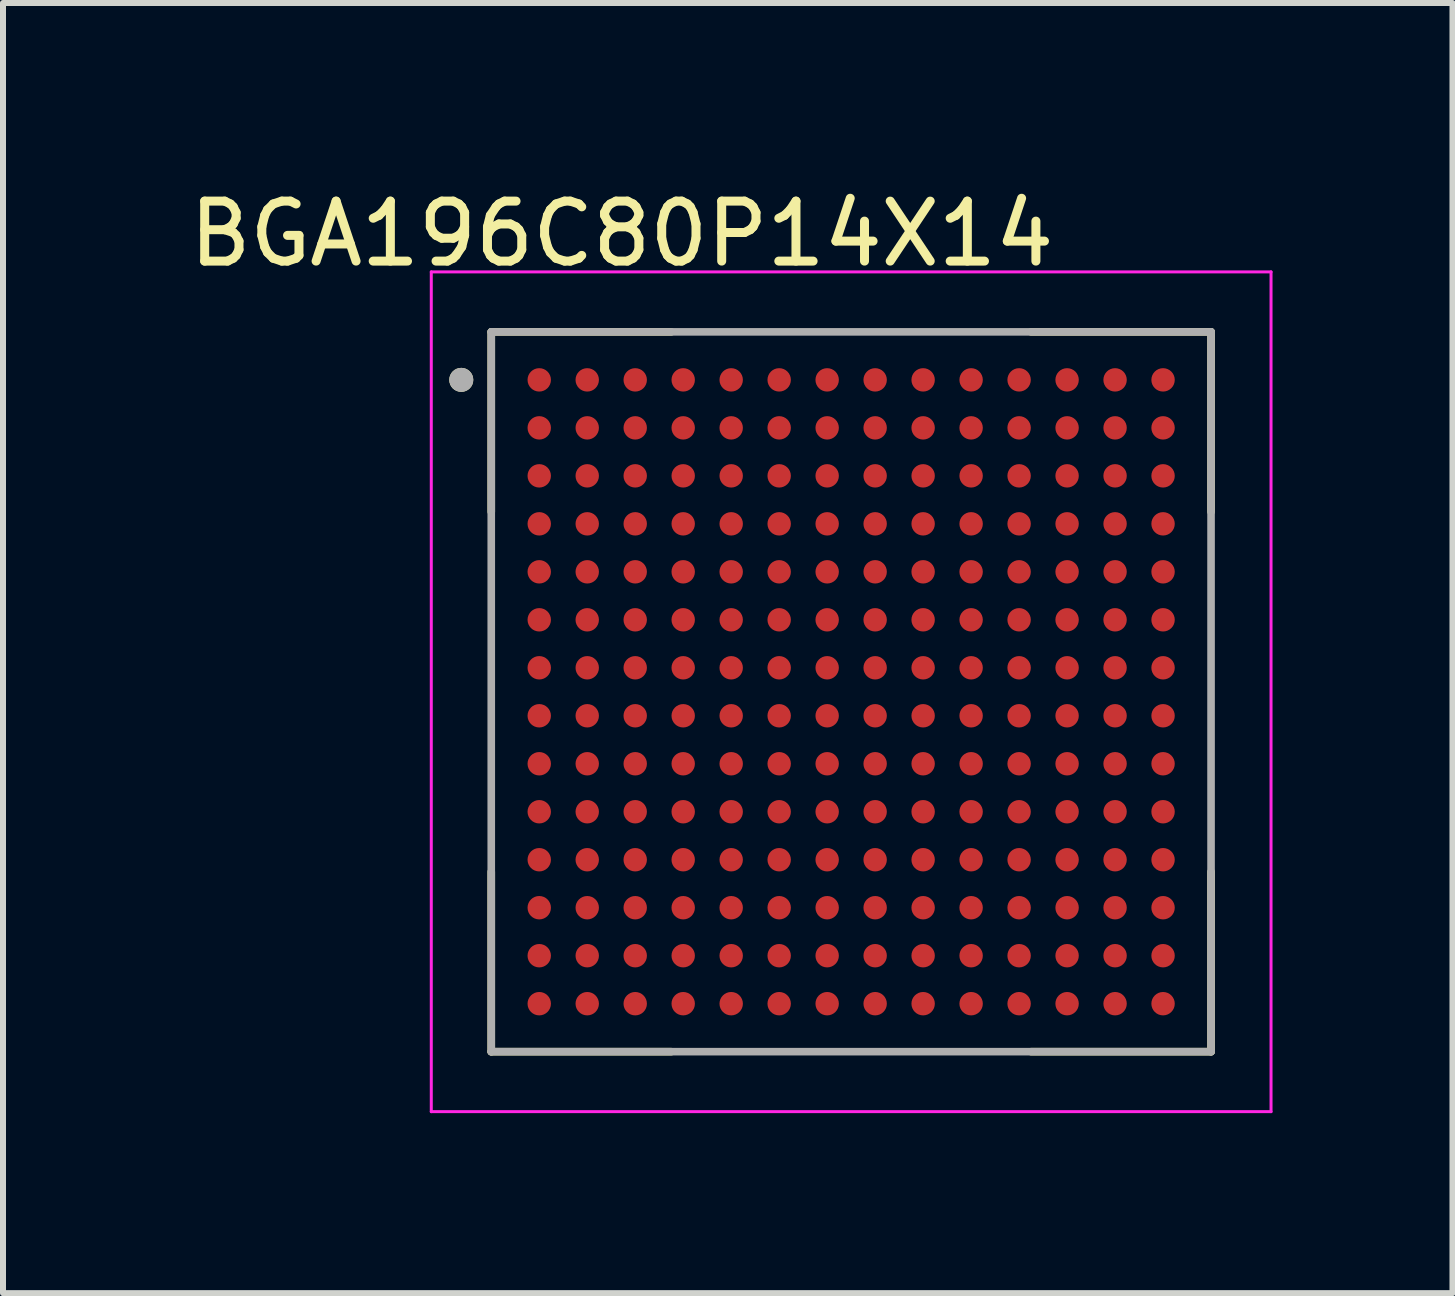
<source format=kicad_pcb>
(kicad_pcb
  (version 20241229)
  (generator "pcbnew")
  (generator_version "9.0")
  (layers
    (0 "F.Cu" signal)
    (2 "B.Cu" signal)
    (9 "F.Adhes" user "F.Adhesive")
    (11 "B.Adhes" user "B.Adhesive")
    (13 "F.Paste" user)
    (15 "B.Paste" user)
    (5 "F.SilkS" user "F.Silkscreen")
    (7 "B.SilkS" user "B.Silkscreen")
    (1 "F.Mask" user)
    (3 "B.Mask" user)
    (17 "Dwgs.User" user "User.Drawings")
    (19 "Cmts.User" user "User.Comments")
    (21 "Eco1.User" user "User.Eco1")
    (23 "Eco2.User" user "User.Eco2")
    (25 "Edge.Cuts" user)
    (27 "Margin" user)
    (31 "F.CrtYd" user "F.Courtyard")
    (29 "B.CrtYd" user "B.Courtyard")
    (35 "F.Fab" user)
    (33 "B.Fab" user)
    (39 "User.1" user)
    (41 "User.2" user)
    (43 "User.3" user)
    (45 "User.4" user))
  (footprint "BGA196C80P14X14"
    (layer "F.Cu")
    (at 11.14 8.483)
    (property "Reference" "BGA196C80P14X14" (at -3.825 -7.635 0) (layer "F.SilkS") (effects (font (size 1 1) (thickness 0.15))))
    (attr smd)
    (fp_line (start -6 -6) (end -6 -3) (stroke (width 0.127) (type solid)) (layer "F.SilkS"))
    (fp_line (start -6 -6) (end -3 -6) (stroke (width 0.127) (type solid)) (layer "F.SilkS"))
    (fp_line (start -6 6) (end -6 3) (stroke (width 0.127) (type solid)) (layer "F.SilkS"))
    (fp_line (start -6 6) (end -3 6) (stroke (width 0.127) (type solid)) (layer "F.SilkS"))
    (fp_line (start 6 -6) (end 3 -6) (stroke (width 0.127) (type solid)) (layer "F.SilkS"))
    (fp_line (start 6 -6) (end 6 -3) (stroke (width 0.127) (type solid)) (layer "F.SilkS"))
    (fp_line (start 6 6) (end 3 6) (stroke (width 0.127) (type solid)) (layer "F.SilkS"))
    (fp_line (start 6 6) (end 6 3) (stroke (width 0.127) (type solid)) (layer "F.SilkS"))
    (fp_circle (center -6.5 -5.2) (end -6.4 -5.2) (stroke (width 0.2) (type solid)) (fill no) (layer "F.SilkS"))
    (fp_line (start -7 -7) (end 7 -7) (stroke (width 0.05) (type solid)) (layer "F.CrtYd"))
    (fp_line (start -7 7) (end -7 -7) (stroke (width 0.05) (type solid)) (layer "F.CrtYd"))
    (fp_line (start -7 7) (end 7 7) (stroke (width 0.05) (type solid)) (layer "F.CrtYd"))
    (fp_line (start 7 7) (end 7 -7) (stroke (width 0.05) (type solid)) (layer "F.CrtYd"))
    (fp_line (start -6 6) (end -6 -6) (stroke (width 0.127) (type solid)) (layer "F.Fab"))
    (fp_line (start 6 -6) (end -6 -6) (stroke (width 0.127) (type solid)) (layer "F.Fab"))
    (fp_line (start 6 6) (end -6 6) (stroke (width 0.127) (type solid)) (layer "F.Fab"))
    (fp_line (start 6 6) (end 6 -6) (stroke (width 0.127) (type solid)) (layer "F.Fab"))
    (fp_circle (center -6.5 -5.2) (end -6.4 -5.2) (stroke (width 0.2) (type solid)) (fill no) (layer "F.Fab"))
    (pad "A1" smd circle (at -5.2 -5.2) (size 0.39 0.39) (layers "F.Cu" "F.Mask" "F.Paste"))
    (pad "A2" smd circle (at -4.4 -5.2) (size 0.39 0.39) (layers "F.Cu" "F.Mask" "F.Paste"))
    (pad "A3" smd circle (at -3.6 -5.2) (size 0.39 0.39) (layers "F.Cu" "F.Mask" "F.Paste"))
    (pad "A4" smd circle (at -2.8 -5.2) (size 0.39 0.39) (layers "F.Cu" "F.Mask" "F.Paste"))
    (pad "A5" smd circle (at -2 -5.2) (size 0.39 0.39) (layers "F.Cu" "F.Mask" "F.Paste"))
    (pad "A6" smd circle (at -1.2 -5.2) (size 0.39 0.39) (layers "F.Cu" "F.Mask" "F.Paste"))
    (pad "A7" smd circle (at -0.4 -5.2) (size 0.39 0.39) (layers "F.Cu" "F.Mask" "F.Paste"))
    (pad "A8" smd circle (at 0.4 -5.2) (size 0.39 0.39) (layers "F.Cu" "F.Mask" "F.Paste"))
    (pad "A9" smd circle (at 1.2 -5.2) (size 0.39 0.39) (layers "F.Cu" "F.Mask" "F.Paste"))
    (pad "A10" smd circle (at 2 -5.2) (size 0.39 0.39) (layers "F.Cu" "F.Mask" "F.Paste"))
    (pad "A11" smd circle (at 2.8 -5.2) (size 0.39 0.39) (layers "F.Cu" "F.Mask" "F.Paste"))
    (pad "A12" smd circle (at 3.6 -5.2) (size 0.39 0.39) (layers "F.Cu" "F.Mask" "F.Paste"))
    (pad "A13" smd circle (at 4.4 -5.2) (size 0.39 0.39) (layers "F.Cu" "F.Mask" "F.Paste"))
    (pad "A14" smd circle (at 5.2 -5.2) (size 0.39 0.39) (layers "F.Cu" "F.Mask" "F.Paste"))
    (pad "B1" smd circle (at -5.2 -4.4) (size 0.39 0.39) (layers "F.Cu" "F.Mask" "F.Paste"))
    (pad "B2" smd circle (at -4.4 -4.4) (size 0.39 0.39) (layers "F.Cu" "F.Mask" "F.Paste"))
    (pad "B3" smd circle (at -3.6 -4.4) (size 0.39 0.39) (layers "F.Cu" "F.Mask" "F.Paste"))
    (pad "B4" smd circle (at -2.8 -4.4) (size 0.39 0.39) (layers "F.Cu" "F.Mask" "F.Paste"))
    (pad "B5" smd circle (at -2 -4.4) (size 0.39 0.39) (layers "F.Cu" "F.Mask" "F.Paste"))
    (pad "B6" smd circle (at -1.2 -4.4) (size 0.39 0.39) (layers "F.Cu" "F.Mask" "F.Paste"))
    (pad "B7" smd circle (at -0.4 -4.4) (size 0.39 0.39) (layers "F.Cu" "F.Mask" "F.Paste"))
    (pad "B8" smd circle (at 0.4 -4.4) (size 0.39 0.39) (layers "F.Cu" "F.Mask" "F.Paste"))
    (pad "B9" smd circle (at 1.2 -4.4) (size 0.39 0.39) (layers "F.Cu" "F.Mask" "F.Paste"))
    (pad "B10" smd circle (at 2 -4.4) (size 0.39 0.39) (layers "F.Cu" "F.Mask" "F.Paste"))
    (pad "B11" smd circle (at 2.8 -4.4) (size 0.39 0.39) (layers "F.Cu" "F.Mask" "F.Paste"))
    (pad "B12" smd circle (at 3.6 -4.4) (size 0.39 0.39) (layers "F.Cu" "F.Mask" "F.Paste"))
    (pad "B13" smd circle (at 4.4 -4.4) (size 0.39 0.39) (layers "F.Cu" "F.Mask" "F.Paste"))
    (pad "B14" smd circle (at 5.2 -4.4) (size 0.39 0.39) (layers "F.Cu" "F.Mask" "F.Paste"))
    (pad "C1" smd circle (at -5.2 -3.6) (size 0.39 0.39) (layers "F.Cu" "F.Mask" "F.Paste"))
    (pad "C2" smd circle (at -4.4 -3.6) (size 0.39 0.39) (layers "F.Cu" "F.Mask" "F.Paste"))
    (pad "C3" smd circle (at -3.6 -3.6) (size 0.39 0.39) (layers "F.Cu" "F.Mask" "F.Paste"))
    (pad "C4" smd circle (at -2.8 -3.6) (size 0.39 0.39) (layers "F.Cu" "F.Mask" "F.Paste"))
    (pad "C5" smd circle (at -2 -3.6) (size 0.39 0.39) (layers "F.Cu" "F.Mask" "F.Paste"))
    (pad "C6" smd circle (at -1.2 -3.6) (size 0.39 0.39) (layers "F.Cu" "F.Mask" "F.Paste"))
    (pad "C7" smd circle (at -0.4 -3.6) (size 0.39 0.39) (layers "F.Cu" "F.Mask" "F.Paste"))
    (pad "C8" smd circle (at 0.4 -3.6) (size 0.39 0.39) (layers "F.Cu" "F.Mask" "F.Paste"))
    (pad "C9" smd circle (at 1.2 -3.6) (size 0.39 0.39) (layers "F.Cu" "F.Mask" "F.Paste"))
    (pad "C10" smd circle (at 2 -3.6) (size 0.39 0.39) (layers "F.Cu" "F.Mask" "F.Paste"))
    (pad "C11" smd circle (at 2.8 -3.6) (size 0.39 0.39) (layers "F.Cu" "F.Mask" "F.Paste"))
    (pad "C12" smd circle (at 3.6 -3.6) (size 0.39 0.39) (layers "F.Cu" "F.Mask" "F.Paste"))
    (pad "C13" smd circle (at 4.4 -3.6) (size 0.39 0.39) (layers "F.Cu" "F.Mask" "F.Paste"))
    (pad "C14" smd circle (at 5.2 -3.6) (size 0.39 0.39) (layers "F.Cu" "F.Mask" "F.Paste"))
    (pad "D1" smd circle (at -5.2 -2.8) (size 0.39 0.39) (layers "F.Cu" "F.Mask" "F.Paste"))
    (pad "D2" smd circle (at -4.4 -2.8) (size 0.39 0.39) (layers "F.Cu" "F.Mask" "F.Paste"))
    (pad "D3" smd circle (at -3.6 -2.8) (size 0.39 0.39) (layers "F.Cu" "F.Mask" "F.Paste"))
    (pad "D4" smd circle (at -2.8 -2.8) (size 0.39 0.39) (layers "F.Cu" "F.Mask" "F.Paste"))
    (pad "D5" smd circle (at -2 -2.8) (size 0.39 0.39) (layers "F.Cu" "F.Mask" "F.Paste"))
    (pad "D6" smd circle (at -1.2 -2.8) (size 0.39 0.39) (layers "F.Cu" "F.Mask" "F.Paste"))
    (pad "D7" smd circle (at -0.4 -2.8) (size 0.39 0.39) (layers "F.Cu" "F.Mask" "F.Paste"))
    (pad "D8" smd circle (at 0.4 -2.8) (size 0.39 0.39) (layers "F.Cu" "F.Mask" "F.Paste"))
    (pad "D9" smd circle (at 1.2 -2.8) (size 0.39 0.39) (layers "F.Cu" "F.Mask" "F.Paste"))
    (pad "D10" smd circle (at 2 -2.8) (size 0.39 0.39) (layers "F.Cu" "F.Mask" "F.Paste"))
    (pad "D11" smd circle (at 2.8 -2.8) (size 0.39 0.39) (layers "F.Cu" "F.Mask" "F.Paste"))
    (pad "D12" smd circle (at 3.6 -2.8) (size 0.39 0.39) (layers "F.Cu" "F.Mask" "F.Paste"))
    (pad "D13" smd circle (at 4.4 -2.8) (size 0.39 0.39) (layers "F.Cu" "F.Mask" "F.Paste"))
    (pad "D14" smd circle (at 5.2 -2.8) (size 0.39 0.39) (layers "F.Cu" "F.Mask" "F.Paste"))
    (pad "E1" smd circle (at -5.2 -2) (size 0.39 0.39) (layers "F.Cu" "F.Mask" "F.Paste"))
    (pad "E2" smd circle (at -4.4 -2) (size 0.39 0.39) (layers "F.Cu" "F.Mask" "F.Paste"))
    (pad "E3" smd circle (at -3.6 -2) (size 0.39 0.39) (layers "F.Cu" "F.Mask" "F.Paste"))
    (pad "E4" smd circle (at -2.8 -2) (size 0.39 0.39) (layers "F.Cu" "F.Mask" "F.Paste"))
    (pad "E5" smd circle (at -2 -2) (size 0.39 0.39) (layers "F.Cu" "F.Mask" "F.Paste"))
    (pad "E6" smd circle (at -1.2 -2) (size 0.39 0.39) (layers "F.Cu" "F.Mask" "F.Paste"))
    (pad "E7" smd circle (at -0.4 -2) (size 0.39 0.39) (layers "F.Cu" "F.Mask" "F.Paste"))
    (pad "E8" smd circle (at 0.4 -2) (size 0.39 0.39) (layers "F.Cu" "F.Mask" "F.Paste"))
    (pad "E9" smd circle (at 1.2 -2) (size 0.39 0.39) (layers "F.Cu" "F.Mask" "F.Paste"))
    (pad "E10" smd circle (at 2 -2) (size 0.39 0.39) (layers "F.Cu" "F.Mask" "F.Paste"))
    (pad "E11" smd circle (at 2.8 -2) (size 0.39 0.39) (layers "F.Cu" "F.Mask" "F.Paste"))
    (pad "E12" smd circle (at 3.6 -2) (size 0.39 0.39) (layers "F.Cu" "F.Mask" "F.Paste"))
    (pad "E13" smd circle (at 4.4 -2) (size 0.39 0.39) (layers "F.Cu" "F.Mask" "F.Paste"))
    (pad "E14" smd circle (at 5.2 -2) (size 0.39 0.39) (layers "F.Cu" "F.Mask" "F.Paste"))
    (pad "F1" smd circle (at -5.2 -1.2) (size 0.39 0.39) (layers "F.Cu" "F.Mask" "F.Paste"))
    (pad "F2" smd circle (at -4.4 -1.2) (size 0.39 0.39) (layers "F.Cu" "F.Mask" "F.Paste"))
    (pad "F3" smd circle (at -3.6 -1.2) (size 0.39 0.39) (layers "F.Cu" "F.Mask" "F.Paste"))
    (pad "F4" smd circle (at -2.8 -1.2) (size 0.39 0.39) (layers "F.Cu" "F.Mask" "F.Paste"))
    (pad "F5" smd circle (at -2 -1.2) (size 0.39 0.39) (layers "F.Cu" "F.Mask" "F.Paste"))
    (pad "F6" smd circle (at -1.2 -1.2) (size 0.39 0.39) (layers "F.Cu" "F.Mask" "F.Paste"))
    (pad "F7" smd circle (at -0.4 -1.2) (size 0.39 0.39) (layers "F.Cu" "F.Mask" "F.Paste"))
    (pad "F8" smd circle (at 0.4 -1.2) (size 0.39 0.39) (layers "F.Cu" "F.Mask" "F.Paste"))
    (pad "F9" smd circle (at 1.2 -1.2) (size 0.39 0.39) (layers "F.Cu" "F.Mask" "F.Paste"))
    (pad "F10" smd circle (at 2 -1.2) (size 0.39 0.39) (layers "F.Cu" "F.Mask" "F.Paste"))
    (pad "F11" smd circle (at 2.8 -1.2) (size 0.39 0.39) (layers "F.Cu" "F.Mask" "F.Paste"))
    (pad "F12" smd circle (at 3.6 -1.2) (size 0.39 0.39) (layers "F.Cu" "F.Mask" "F.Paste"))
    (pad "F13" smd circle (at 4.4 -1.2) (size 0.39 0.39) (layers "F.Cu" "F.Mask" "F.Paste"))
    (pad "F14" smd circle (at 5.2 -1.2) (size 0.39 0.39) (layers "F.Cu" "F.Mask" "F.Paste"))
    (pad "G1" smd circle (at -5.2 -0.4) (size 0.39 0.39) (layers "F.Cu" "F.Mask" "F.Paste"))
    (pad "G2" smd circle (at -4.4 -0.4) (size 0.39 0.39) (layers "F.Cu" "F.Mask" "F.Paste"))
    (pad "G3" smd circle (at -3.6 -0.4) (size 0.39 0.39) (layers "F.Cu" "F.Mask" "F.Paste"))
    (pad "G4" smd circle (at -2.8 -0.4) (size 0.39 0.39) (layers "F.Cu" "F.Mask" "F.Paste"))
    (pad "G5" smd circle (at -2 -0.4) (size 0.39 0.39) (layers "F.Cu" "F.Mask" "F.Paste"))
    (pad "G6" smd circle (at -1.2 -0.4) (size 0.39 0.39) (layers "F.Cu" "F.Mask" "F.Paste"))
    (pad "G7" smd circle (at -0.4 -0.4) (size 0.39 0.39) (layers "F.Cu" "F.Mask" "F.Paste"))
    (pad "G8" smd circle (at 0.4 -0.4) (size 0.39 0.39) (layers "F.Cu" "F.Mask" "F.Paste"))
    (pad "G9" smd circle (at 1.2 -0.4) (size 0.39 0.39) (layers "F.Cu" "F.Mask" "F.Paste"))
    (pad "G10" smd circle (at 2 -0.4) (size 0.39 0.39) (layers "F.Cu" "F.Mask" "F.Paste"))
    (pad "G11" smd circle (at 2.8 -0.4) (size 0.39 0.39) (layers "F.Cu" "F.Mask" "F.Paste"))
    (pad "G12" smd circle (at 3.6 -0.4) (size 0.39 0.39) (layers "F.Cu" "F.Mask" "F.Paste"))
    (pad "G13" smd circle (at 4.4 -0.4) (size 0.39 0.39) (layers "F.Cu" "F.Mask" "F.Paste"))
    (pad "G14" smd circle (at 5.2 -0.4) (size 0.39 0.39) (layers "F.Cu" "F.Mask" "F.Paste"))
    (pad "H1" smd circle (at -5.2 0.4) (size 0.39 0.39) (layers "F.Cu" "F.Mask" "F.Paste"))
    (pad "H2" smd circle (at -4.4 0.4) (size 0.39 0.39) (layers "F.Cu" "F.Mask" "F.Paste"))
    (pad "H3" smd circle (at -3.6 0.4) (size 0.39 0.39) (layers "F.Cu" "F.Mask" "F.Paste"))
    (pad "H4" smd circle (at -2.8 0.4) (size 0.39 0.39) (layers "F.Cu" "F.Mask" "F.Paste"))
    (pad "H5" smd circle (at -2 0.4) (size 0.39 0.39) (layers "F.Cu" "F.Mask" "F.Paste"))
    (pad "H6" smd circle (at -1.2 0.4) (size 0.39 0.39) (layers "F.Cu" "F.Mask" "F.Paste"))
    (pad "H7" smd circle (at -0.4 0.4) (size 0.39 0.39) (layers "F.Cu" "F.Mask" "F.Paste"))
    (pad "H8" smd circle (at 0.4 0.4) (size 0.39 0.39) (layers "F.Cu" "F.Mask" "F.Paste"))
    (pad "H9" smd circle (at 1.2 0.4) (size 0.39 0.39) (layers "F.Cu" "F.Mask" "F.Paste"))
    (pad "H10" smd circle (at 2 0.4) (size 0.39 0.39) (layers "F.Cu" "F.Mask" "F.Paste"))
    (pad "H11" smd circle (at 2.8 0.4) (size 0.39 0.39) (layers "F.Cu" "F.Mask" "F.Paste"))
    (pad "H12" smd circle (at 3.6 0.4) (size 0.39 0.39) (layers "F.Cu" "F.Mask" "F.Paste"))
    (pad "H13" smd circle (at 4.4 0.4) (size 0.39 0.39) (layers "F.Cu" "F.Mask" "F.Paste"))
    (pad "H14" smd circle (at 5.2 0.4) (size 0.39 0.39) (layers "F.Cu" "F.Mask" "F.Paste"))
    (pad "J1" smd circle (at -5.2 1.2) (size 0.39 0.39) (layers "F.Cu" "F.Mask" "F.Paste"))
    (pad "J2" smd circle (at -4.4 1.2) (size 0.39 0.39) (layers "F.Cu" "F.Mask" "F.Paste"))
    (pad "J3" smd circle (at -3.6 1.2) (size 0.39 0.39) (layers "F.Cu" "F.Mask" "F.Paste"))
    (pad "J4" smd circle (at -2.8 1.2) (size 0.39 0.39) (layers "F.Cu" "F.Mask" "F.Paste"))
    (pad "J5" smd circle (at -2 1.2) (size 0.39 0.39) (layers "F.Cu" "F.Mask" "F.Paste"))
    (pad "J6" smd circle (at -1.2 1.2) (size 0.39 0.39) (layers "F.Cu" "F.Mask" "F.Paste"))
    (pad "J7" smd circle (at -0.4 1.2) (size 0.39 0.39) (layers "F.Cu" "F.Mask" "F.Paste"))
    (pad "J8" smd circle (at 0.4 1.2) (size 0.39 0.39) (layers "F.Cu" "F.Mask" "F.Paste"))
    (pad "J9" smd circle (at 1.2 1.2) (size 0.39 0.39) (layers "F.Cu" "F.Mask" "F.Paste"))
    (pad "J10" smd circle (at 2 1.2) (size 0.39 0.39) (layers "F.Cu" "F.Mask" "F.Paste"))
    (pad "J11" smd circle (at 2.8 1.2) (size 0.39 0.39) (layers "F.Cu" "F.Mask" "F.Paste"))
    (pad "J12" smd circle (at 3.6 1.2) (size 0.39 0.39) (layers "F.Cu" "F.Mask" "F.Paste"))
    (pad "J13" smd circle (at 4.4 1.2) (size 0.39 0.39) (layers "F.Cu" "F.Mask" "F.Paste"))
    (pad "J14" smd circle (at 5.2 1.2) (size 0.39 0.39) (layers "F.Cu" "F.Mask" "F.Paste"))
    (pad "K1" smd circle (at -5.2 2) (size 0.39 0.39) (layers "F.Cu" "F.Mask" "F.Paste"))
    (pad "K2" smd circle (at -4.4 2) (size 0.39 0.39) (layers "F.Cu" "F.Mask" "F.Paste"))
    (pad "K3" smd circle (at -3.6 2) (size 0.39 0.39) (layers "F.Cu" "F.Mask" "F.Paste"))
    (pad "K4" smd circle (at -2.8 2) (size 0.39 0.39) (layers "F.Cu" "F.Mask" "F.Paste"))
    (pad "K5" smd circle (at -2 2) (size 0.39 0.39) (layers "F.Cu" "F.Mask" "F.Paste"))
    (pad "K6" smd circle (at -1.2 2) (size 0.39 0.39) (layers "F.Cu" "F.Mask" "F.Paste"))
    (pad "K7" smd circle (at -0.4 2) (size 0.39 0.39) (layers "F.Cu" "F.Mask" "F.Paste"))
    (pad "K8" smd circle (at 0.4 2) (size 0.39 0.39) (layers "F.Cu" "F.Mask" "F.Paste"))
    (pad "K9" smd circle (at 1.2 2) (size 0.39 0.39) (layers "F.Cu" "F.Mask" "F.Paste"))
    (pad "K10" smd circle (at 2 2) (size 0.39 0.39) (layers "F.Cu" "F.Mask" "F.Paste"))
    (pad "K11" smd circle (at 2.8 2) (size 0.39 0.39) (layers "F.Cu" "F.Mask" "F.Paste"))
    (pad "K12" smd circle (at 3.6 2) (size 0.39 0.39) (layers "F.Cu" "F.Mask" "F.Paste"))
    (pad "K13" smd circle (at 4.4 2) (size 0.39 0.39) (layers "F.Cu" "F.Mask" "F.Paste"))
    (pad "K14" smd circle (at 5.2 2) (size 0.39 0.39) (layers "F.Cu" "F.Mask" "F.Paste"))
    (pad "L1" smd circle (at -5.2 2.8) (size 0.39 0.39) (layers "F.Cu" "F.Mask" "F.Paste"))
    (pad "L2" smd circle (at -4.4 2.8) (size 0.39 0.39) (layers "F.Cu" "F.Mask" "F.Paste"))
    (pad "L3" smd circle (at -3.6 2.8) (size 0.39 0.39) (layers "F.Cu" "F.Mask" "F.Paste"))
    (pad "L4" smd circle (at -2.8 2.8) (size 0.39 0.39) (layers "F.Cu" "F.Mask" "F.Paste"))
    (pad "L5" smd circle (at -2 2.8) (size 0.39 0.39) (layers "F.Cu" "F.Mask" "F.Paste"))
    (pad "L6" smd circle (at -1.2 2.8) (size 0.39 0.39) (layers "F.Cu" "F.Mask" "F.Paste"))
    (pad "L7" smd circle (at -0.4 2.8) (size 0.39 0.39) (layers "F.Cu" "F.Mask" "F.Paste"))
    (pad "L8" smd circle (at 0.4 2.8) (size 0.39 0.39) (layers "F.Cu" "F.Mask" "F.Paste"))
    (pad "L9" smd circle (at 1.2 2.8) (size 0.39 0.39) (layers "F.Cu" "F.Mask" "F.Paste"))
    (pad "L10" smd circle (at 2 2.8) (size 0.39 0.39) (layers "F.Cu" "F.Mask" "F.Paste"))
    (pad "L11" smd circle (at 2.8 2.8) (size 0.39 0.39) (layers "F.Cu" "F.Mask" "F.Paste"))
    (pad "L12" smd circle (at 3.6 2.8) (size 0.39 0.39) (layers "F.Cu" "F.Mask" "F.Paste"))
    (pad "L13" smd circle (at 4.4 2.8) (size 0.39 0.39) (layers "F.Cu" "F.Mask" "F.Paste"))
    (pad "L14" smd circle (at 5.2 2.8) (size 0.39 0.39) (layers "F.Cu" "F.Mask" "F.Paste"))
    (pad "M1" smd circle (at -5.2 3.6) (size 0.39 0.39) (layers "F.Cu" "F.Mask" "F.Paste"))
    (pad "M2" smd circle (at -4.4 3.6) (size 0.39 0.39) (layers "F.Cu" "F.Mask" "F.Paste"))
    (pad "M3" smd circle (at -3.6 3.6) (size 0.39 0.39) (layers "F.Cu" "F.Mask" "F.Paste"))
    (pad "M4" smd circle (at -2.8 3.6) (size 0.39 0.39) (layers "F.Cu" "F.Mask" "F.Paste"))
    (pad "M5" smd circle (at -2 3.6) (size 0.39 0.39) (layers "F.Cu" "F.Mask" "F.Paste"))
    (pad "M6" smd circle (at -1.2 3.6) (size 0.39 0.39) (layers "F.Cu" "F.Mask" "F.Paste"))
    (pad "M7" smd circle (at -0.4 3.6) (size 0.39 0.39) (layers "F.Cu" "F.Mask" "F.Paste"))
    (pad "M8" smd circle (at 0.4 3.6) (size 0.39 0.39) (layers "F.Cu" "F.Mask" "F.Paste"))
    (pad "M9" smd circle (at 1.2 3.6) (size 0.39 0.39) (layers "F.Cu" "F.Mask" "F.Paste"))
    (pad "M10" smd circle (at 2 3.6) (size 0.39 0.39) (layers "F.Cu" "F.Mask" "F.Paste"))
    (pad "M11" smd circle (at 2.8 3.6) (size 0.39 0.39) (layers "F.Cu" "F.Mask" "F.Paste"))
    (pad "M12" smd circle (at 3.6 3.6) (size 0.39 0.39) (layers "F.Cu" "F.Mask" "F.Paste"))
    (pad "M13" smd circle (at 4.4 3.6) (size 0.39 0.39) (layers "F.Cu" "F.Mask" "F.Paste"))
    (pad "M14" smd circle (at 5.2 3.6) (size 0.39 0.39) (layers "F.Cu" "F.Mask" "F.Paste"))
    (pad "N1" smd circle (at -5.2 4.4) (size 0.39 0.39) (layers "F.Cu" "F.Mask" "F.Paste"))
    (pad "N2" smd circle (at -4.4 4.4) (size 0.39 0.39) (layers "F.Cu" "F.Mask" "F.Paste"))
    (pad "N3" smd circle (at -3.6 4.4) (size 0.39 0.39) (layers "F.Cu" "F.Mask" "F.Paste"))
    (pad "N4" smd circle (at -2.8 4.4) (size 0.39 0.39) (layers "F.Cu" "F.Mask" "F.Paste"))
    (pad "N5" smd circle (at -2 4.4) (size 0.39 0.39) (layers "F.Cu" "F.Mask" "F.Paste"))
    (pad "N6" smd circle (at -1.2 4.4) (size 0.39 0.39) (layers "F.Cu" "F.Mask" "F.Paste"))
    (pad "N7" smd circle (at -0.4 4.4) (size 0.39 0.39) (layers "F.Cu" "F.Mask" "F.Paste"))
    (pad "N8" smd circle (at 0.4 4.4) (size 0.39 0.39) (layers "F.Cu" "F.Mask" "F.Paste"))
    (pad "N9" smd circle (at 1.2 4.4) (size 0.39 0.39) (layers "F.Cu" "F.Mask" "F.Paste"))
    (pad "N10" smd circle (at 2 4.4) (size 0.39 0.39) (layers "F.Cu" "F.Mask" "F.Paste"))
    (pad "N11" smd circle (at 2.8 4.4) (size 0.39 0.39) (layers "F.Cu" "F.Mask" "F.Paste"))
    (pad "N12" smd circle (at 3.6 4.4) (size 0.39 0.39) (layers "F.Cu" "F.Mask" "F.Paste"))
    (pad "N13" smd circle (at 4.4 4.4) (size 0.39 0.39) (layers "F.Cu" "F.Mask" "F.Paste"))
    (pad "N14" smd circle (at 5.2 4.4) (size 0.39 0.39) (layers "F.Cu" "F.Mask" "F.Paste"))
    (pad "P1" smd circle (at -5.2 5.2) (size 0.39 0.39) (layers "F.Cu" "F.Mask" "F.Paste"))
    (pad "P2" smd circle (at -4.4 5.2) (size 0.39 0.39) (layers "F.Cu" "F.Mask" "F.Paste"))
    (pad "P3" smd circle (at -3.6 5.2) (size 0.39 0.39) (layers "F.Cu" "F.Mask" "F.Paste"))
    (pad "P4" smd circle (at -2.8 5.2) (size 0.39 0.39) (layers "F.Cu" "F.Mask" "F.Paste"))
    (pad "P5" smd circle (at -2 5.2) (size 0.39 0.39) (layers "F.Cu" "F.Mask" "F.Paste"))
    (pad "P6" smd circle (at -1.2 5.2) (size 0.39 0.39) (layers "F.Cu" "F.Mask" "F.Paste"))
    (pad "P7" smd circle (at -0.4 5.2) (size 0.39 0.39) (layers "F.Cu" "F.Mask" "F.Paste"))
    (pad "P8" smd circle (at 0.4 5.2) (size 0.39 0.39) (layers "F.Cu" "F.Mask" "F.Paste"))
    (pad "P9" smd circle (at 1.2 5.2) (size 0.39 0.39) (layers "F.Cu" "F.Mask" "F.Paste"))
    (pad "P10" smd circle (at 2 5.2) (size 0.39 0.39) (layers "F.Cu" "F.Mask" "F.Paste"))
    (pad "P11" smd circle (at 2.8 5.2) (size 0.39 0.39) (layers "F.Cu" "F.Mask" "F.Paste"))
    (pad "P12" smd circle (at 3.6 5.2) (size 0.39 0.39) (layers "F.Cu" "F.Mask" "F.Paste"))
    (pad "P13" smd circle (at 4.4 5.2) (size 0.39 0.39) (layers "F.Cu" "F.Mask" "F.Paste"))
    (pad "P14" smd circle (at 5.2 5.2) (size 0.39 0.39) (layers "F.Cu" "F.Mask" "F.Paste")))
  (gr_rect
    (start -3 -3)
    (end 21.165 18.508)
    (stroke (width 0.1) (type default))
    (fill no)
    (layer "Edge.Cuts")))
</source>
